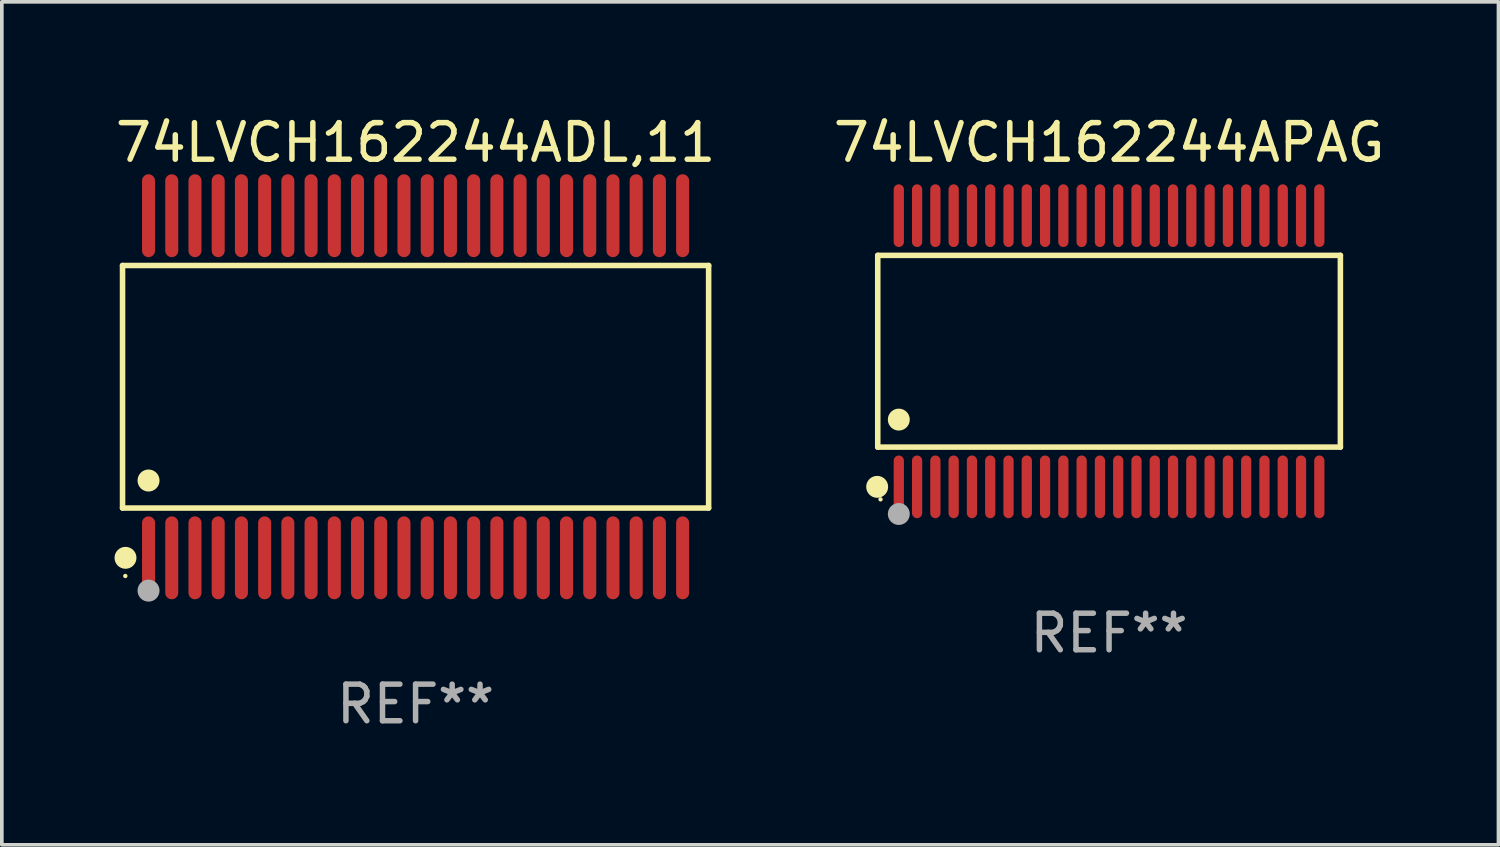
<source format=kicad_pcb>
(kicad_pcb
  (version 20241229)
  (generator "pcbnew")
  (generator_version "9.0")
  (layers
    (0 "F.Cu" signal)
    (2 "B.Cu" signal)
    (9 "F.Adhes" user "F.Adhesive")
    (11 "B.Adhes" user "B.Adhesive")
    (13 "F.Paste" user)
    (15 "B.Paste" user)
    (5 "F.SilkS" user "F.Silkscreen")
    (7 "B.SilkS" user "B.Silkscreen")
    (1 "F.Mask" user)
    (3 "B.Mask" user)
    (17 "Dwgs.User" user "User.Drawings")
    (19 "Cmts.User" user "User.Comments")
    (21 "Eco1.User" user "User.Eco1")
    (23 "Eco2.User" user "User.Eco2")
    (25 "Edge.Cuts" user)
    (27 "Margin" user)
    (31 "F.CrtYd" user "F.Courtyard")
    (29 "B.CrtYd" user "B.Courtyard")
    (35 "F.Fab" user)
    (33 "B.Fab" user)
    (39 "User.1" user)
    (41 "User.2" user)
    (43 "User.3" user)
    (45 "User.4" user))
  (footprint "74LVCH162244ADL,11"
    (layer "F.Cu")
    (at 8.315 7.527)
    (property "Reference" "74LVCH162244ADL,11" (at 0 -6.678 0) (layer "F.SilkS") (effects (font (size 1 1) (thickness 0.15))))
    (attr through_hole)
    (fp_line (start -8.014 -3.316) (end 8.014 -3.316) (stroke (width 0.152) (type solid)) (layer "F.SilkS"))
    (fp_line (start -8.014 3.316) (end -8.014 -3.316) (stroke (width 0.152) (type solid)) (layer "F.SilkS"))
    (fp_line (start 8.014 -3.316) (end 8.014 3.316) (stroke (width 0.152) (type solid)) (layer "F.SilkS"))
    (fp_line (start 8.014 3.316) (end -8.014 3.316) (stroke (width 0.152) (type solid)) (layer "F.SilkS"))
    (fp_circle (center -7.938 5.175) (end -7.908 5.175) (stroke (width 0.06) (type solid)) (fill no) (layer "F.SilkS"))
    (fp_circle (center -7.933 4.678) (end -7.783 4.678) (stroke (width 0.3) (type solid)) (fill no) (layer "F.SilkS"))
    (fp_circle (center -7.303 2.564) (end -7.152 2.564) (stroke (width 0.3) (type solid)) (fill no) (layer "F.SilkS"))
    (fp_circle (center -7.303 5.575) (end -7.152 5.575) (stroke (width 0.3) (type solid)) (fill no) (layer "F.Fab"))
    (fp_text user "REF**" (at 0 8.678 0) (layer "F.Fab") (effects (font (size 1 1) (thickness 0.15))))
    (pad "1" smd oval (at -7.303 4.678) (size 0.356 2.267) (layers "F.Cu" "F.Mask" "F.Paste"))
    (pad "2" smd oval (at -6.668 4.678) (size 0.356 2.267) (layers "F.Cu" "F.Mask" "F.Paste"))
    (pad "3" smd oval (at -6.033 4.678) (size 0.356 2.267) (layers "F.Cu" "F.Mask" "F.Paste"))
    (pad "4" smd oval (at -5.398 4.678) (size 0.356 2.267) (layers "F.Cu" "F.Mask" "F.Paste"))
    (pad "5" smd oval (at -4.763 4.678) (size 0.356 2.267) (layers "F.Cu" "F.Mask" "F.Paste"))
    (pad "6" smd oval (at -4.128 4.678) (size 0.356 2.267) (layers "F.Cu" "F.Mask" "F.Paste"))
    (pad "7" smd oval (at -3.493 4.678) (size 0.356 2.267) (layers "F.Cu" "F.Mask" "F.Paste"))
    (pad "8" smd oval (at -2.858 4.678) (size 0.356 2.267) (layers "F.Cu" "F.Mask" "F.Paste"))
    (pad "9" smd oval (at -2.223 4.678) (size 0.356 2.267) (layers "F.Cu" "F.Mask" "F.Paste"))
    (pad "10" smd oval (at -1.588 4.678) (size 0.356 2.267) (layers "F.Cu" "F.Mask" "F.Paste"))
    (pad "11" smd oval (at -0.953 4.678) (size 0.356 2.267) (layers "F.Cu" "F.Mask" "F.Paste"))
    (pad "12" smd oval (at -0.318 4.678) (size 0.356 2.267) (layers "F.Cu" "F.Mask" "F.Paste"))
    (pad "13" smd oval (at 0.318 4.678) (size 0.356 2.267) (layers "F.Cu" "F.Mask" "F.Paste"))
    (pad "14" smd oval (at 0.953 4.678) (size 0.356 2.267) (layers "F.Cu" "F.Mask" "F.Paste"))
    (pad "15" smd oval (at 1.588 4.678) (size 0.356 2.267) (layers "F.Cu" "F.Mask" "F.Paste"))
    (pad "16" smd oval (at 2.223 4.678) (size 0.356 2.267) (layers "F.Cu" "F.Mask" "F.Paste"))
    (pad "17" smd oval (at 2.858 4.678) (size 0.356 2.267) (layers "F.Cu" "F.Mask" "F.Paste"))
    (pad "18" smd oval (at 3.493 4.678) (size 0.356 2.267) (layers "F.Cu" "F.Mask" "F.Paste"))
    (pad "19" smd oval (at 4.128 4.678) (size 0.356 2.267) (layers "F.Cu" "F.Mask" "F.Paste"))
    (pad "20" smd oval (at 4.763 4.678) (size 0.356 2.267) (layers "F.Cu" "F.Mask" "F.Paste"))
    (pad "21" smd oval (at 5.398 4.678) (size 0.356 2.267) (layers "F.Cu" "F.Mask" "F.Paste"))
    (pad "22" smd oval (at 6.033 4.678) (size 0.356 2.267) (layers "F.Cu" "F.Mask" "F.Paste"))
    (pad "23" smd oval (at 6.668 4.678) (size 0.356 2.267) (layers "F.Cu" "F.Mask" "F.Paste"))
    (pad "24" smd oval (at 7.303 4.678) (size 0.356 2.267) (layers "F.Cu" "F.Mask" "F.Paste"))
    (pad "25" smd oval (at 7.303 -4.678) (size 0.356 2.267) (layers "F.Cu" "F.Mask" "F.Paste"))
    (pad "26" smd oval (at 6.668 -4.678) (size 0.356 2.267) (layers "F.Cu" "F.Mask" "F.Paste"))
    (pad "27" smd oval (at 6.033 -4.678) (size 0.356 2.267) (layers "F.Cu" "F.Mask" "F.Paste"))
    (pad "28" smd oval (at 5.398 -4.678) (size 0.356 2.267) (layers "F.Cu" "F.Mask" "F.Paste"))
    (pad "29" smd oval (at 4.763 -4.678) (size 0.356 2.267) (layers "F.Cu" "F.Mask" "F.Paste"))
    (pad "30" smd oval (at 4.128 -4.678) (size 0.356 2.267) (layers "F.Cu" "F.Mask" "F.Paste"))
    (pad "31" smd oval (at 3.493 -4.678) (size 0.356 2.267) (layers "F.Cu" "F.Mask" "F.Paste"))
    (pad "32" smd oval (at 2.858 -4.678) (size 0.356 2.267) (layers "F.Cu" "F.Mask" "F.Paste"))
    (pad "33" smd oval (at 2.223 -4.678) (size 0.356 2.267) (layers "F.Cu" "F.Mask" "F.Paste"))
    (pad "34" smd oval (at 1.588 -4.678) (size 0.356 2.267) (layers "F.Cu" "F.Mask" "F.Paste"))
    (pad "35" smd oval (at 0.953 -4.678) (size 0.356 2.267) (layers "F.Cu" "F.Mask" "F.Paste"))
    (pad "36" smd oval (at 0.318 -4.678) (size 0.356 2.267) (layers "F.Cu" "F.Mask" "F.Paste"))
    (pad "37" smd oval (at -0.318 -4.678) (size 0.356 2.267) (layers "F.Cu" "F.Mask" "F.Paste"))
    (pad "38" smd oval (at -0.953 -4.678) (size 0.356 2.267) (layers "F.Cu" "F.Mask" "F.Paste"))
    (pad "39" smd oval (at -1.588 -4.678) (size 0.356 2.267) (layers "F.Cu" "F.Mask" "F.Paste"))
    (pad "40" smd oval (at -2.223 -4.678) (size 0.356 2.267) (layers "F.Cu" "F.Mask" "F.Paste"))
    (pad "41" smd oval (at -2.858 -4.678) (size 0.356 2.267) (layers "F.Cu" "F.Mask" "F.Paste"))
    (pad "42" smd oval (at -3.493 -4.678) (size 0.356 2.267) (layers "F.Cu" "F.Mask" "F.Paste"))
    (pad "43" smd oval (at -4.128 -4.678) (size 0.356 2.267) (layers "F.Cu" "F.Mask" "F.Paste"))
    (pad "44" smd oval (at -4.763 -4.678) (size 0.356 2.267) (layers "F.Cu" "F.Mask" "F.Paste"))
    (pad "45" smd oval (at -5.398 -4.678) (size 0.356 2.267) (layers "F.Cu" "F.Mask" "F.Paste"))
    (pad "46" smd oval (at -6.033 -4.678) (size 0.356 2.267) (layers "F.Cu" "F.Mask" "F.Paste"))
    (pad "47" smd oval (at -6.668 -4.678) (size 0.356 2.267) (layers "F.Cu" "F.Mask" "F.Paste"))
    (pad "48" smd oval (at -7.303 -4.678) (size 0.356 2.267) (layers "F.Cu" "F.Mask" "F.Paste")))
  (footprint "74LVCH162244APAG"
    (layer "F.Cu")
    (at 27.28 6.556)
    (property "Reference" "74LVCH162244APAG" (at 0 -5.708 0) (layer "F.SilkS") (effects (font (size 1 1) (thickness 0.15))))
    (attr through_hole)
    (fp_line (start -6.326 -2.622) (end 6.326 -2.622) (stroke (width 0.152) (type solid)) (layer "F.SilkS"))
    (fp_line (start -6.326 2.621) (end -6.326 -2.622) (stroke (width 0.152) (type solid)) (layer "F.SilkS"))
    (fp_line (start 6.326 -2.622) (end 6.326 2.621) (stroke (width 0.152) (type solid)) (layer "F.SilkS"))
    (fp_line (start 6.326 2.621) (end -6.326 2.621) (stroke (width 0.152) (type solid)) (layer "F.SilkS"))
    (fp_circle (center -6.342 3.708) (end -6.192 3.708) (stroke (width 0.3) (type solid)) (fill no) (layer "F.SilkS"))
    (fp_circle (center -6.25 4.05) (end -6.22 4.05) (stroke (width 0.06) (type solid)) (fill no) (layer "F.SilkS"))
    (fp_circle (center -5.75 1.869) (end -5.6 1.869) (stroke (width 0.3) (type solid)) (fill no) (layer "F.SilkS"))
    (fp_circle (center -5.75 4.45) (end -5.6 4.45) (stroke (width 0.3) (type solid)) (fill no) (layer "F.Fab"))
    (fp_text user "REF**" (at 0 7.708 0) (layer "F.Fab") (effects (font (size 1 1) (thickness 0.15))))
    (pad "1" smd oval (at -5.75 3.708) (size 0.28 1.715) (layers "F.Cu" "F.Mask" "F.Paste"))
    (pad "2" smd oval (at -5.25 3.708) (size 0.28 1.715) (layers "F.Cu" "F.Mask" "F.Paste"))
    (pad "3" smd oval (at -4.75 3.708) (size 0.28 1.715) (layers "F.Cu" "F.Mask" "F.Paste"))
    (pad "4" smd oval (at -4.25 3.708) (size 0.28 1.715) (layers "F.Cu" "F.Mask" "F.Paste"))
    (pad "5" smd oval (at -3.75 3.708) (size 0.28 1.715) (layers "F.Cu" "F.Mask" "F.Paste"))
    (pad "6" smd oval (at -3.25 3.708) (size 0.28 1.715) (layers "F.Cu" "F.Mask" "F.Paste"))
    (pad "7" smd oval (at -2.75 3.708) (size 0.28 1.715) (layers "F.Cu" "F.Mask" "F.Paste"))
    (pad "8" smd oval (at -2.25 3.708) (size 0.28 1.715) (layers "F.Cu" "F.Mask" "F.Paste"))
    (pad "9" smd oval (at -1.75 3.708) (size 0.28 1.715) (layers "F.Cu" "F.Mask" "F.Paste"))
    (pad "10" smd oval (at -1.25 3.708) (size 0.28 1.715) (layers "F.Cu" "F.Mask" "F.Paste"))
    (pad "11" smd oval (at -0.75 3.708) (size 0.28 1.715) (layers "F.Cu" "F.Mask" "F.Paste"))
    (pad "12" smd oval (at -0.25 3.708) (size 0.28 1.715) (layers "F.Cu" "F.Mask" "F.Paste"))
    (pad "13" smd oval (at 0.25 3.708) (size 0.28 1.715) (layers "F.Cu" "F.Mask" "F.Paste"))
    (pad "14" smd oval (at 0.75 3.708) (size 0.28 1.715) (layers "F.Cu" "F.Mask" "F.Paste"))
    (pad "15" smd oval (at 1.25 3.708) (size 0.28 1.715) (layers "F.Cu" "F.Mask" "F.Paste"))
    (pad "16" smd oval (at 1.75 3.708) (size 0.28 1.715) (layers "F.Cu" "F.Mask" "F.Paste"))
    (pad "17" smd oval (at 2.25 3.708) (size 0.28 1.715) (layers "F.Cu" "F.Mask" "F.Paste"))
    (pad "18" smd oval (at 2.75 3.708) (size 0.28 1.715) (layers "F.Cu" "F.Mask" "F.Paste"))
    (pad "19" smd oval (at 3.25 3.708) (size 0.28 1.715) (layers "F.Cu" "F.Mask" "F.Paste"))
    (pad "20" smd oval (at 3.75 3.708) (size 0.28 1.715) (layers "F.Cu" "F.Mask" "F.Paste"))
    (pad "21" smd oval (at 4.25 3.708) (size 0.28 1.715) (layers "F.Cu" "F.Mask" "F.Paste"))
    (pad "22" smd oval (at 4.75 3.708) (size 0.28 1.715) (layers "F.Cu" "F.Mask" "F.Paste"))
    (pad "23" smd oval (at 5.25 3.708) (size 0.28 1.715) (layers "F.Cu" "F.Mask" "F.Paste"))
    (pad "24" smd oval (at 5.75 3.708) (size 0.28 1.715) (layers "F.Cu" "F.Mask" "F.Paste"))
    (pad "25" smd oval (at 5.75 -3.708) (size 0.28 1.715) (layers "F.Cu" "F.Mask" "F.Paste"))
    (pad "26" smd oval (at 5.25 -3.708) (size 0.28 1.715) (layers "F.Cu" "F.Mask" "F.Paste"))
    (pad "27" smd oval (at 4.75 -3.708) (size 0.28 1.715) (layers "F.Cu" "F.Mask" "F.Paste"))
    (pad "28" smd oval (at 4.25 -3.708) (size 0.28 1.715) (layers "F.Cu" "F.Mask" "F.Paste"))
    (pad "29" smd oval (at 3.75 -3.708) (size 0.28 1.715) (layers "F.Cu" "F.Mask" "F.Paste"))
    (pad "30" smd oval (at 3.25 -3.708) (size 0.28 1.715) (layers "F.Cu" "F.Mask" "F.Paste"))
    (pad "31" smd oval (at 2.75 -3.708) (size 0.28 1.715) (layers "F.Cu" "F.Mask" "F.Paste"))
    (pad "32" smd oval (at 2.25 -3.708) (size 0.28 1.715) (layers "F.Cu" "F.Mask" "F.Paste"))
    (pad "33" smd oval (at 1.75 -3.708) (size 0.28 1.715) (layers "F.Cu" "F.Mask" "F.Paste"))
    (pad "34" smd oval (at 1.25 -3.708) (size 0.28 1.715) (layers "F.Cu" "F.Mask" "F.Paste"))
    (pad "35" smd oval (at 0.75 -3.708) (size 0.28 1.715) (layers "F.Cu" "F.Mask" "F.Paste"))
    (pad "36" smd oval (at 0.25 -3.708) (size 0.28 1.715) (layers "F.Cu" "F.Mask" "F.Paste"))
    (pad "37" smd oval (at -0.25 -3.708) (size 0.28 1.715) (layers "F.Cu" "F.Mask" "F.Paste"))
    (pad "38" smd oval (at -0.75 -3.708) (size 0.28 1.715) (layers "F.Cu" "F.Mask" "F.Paste"))
    (pad "39" smd oval (at -1.25 -3.708) (size 0.28 1.715) (layers "F.Cu" "F.Mask" "F.Paste"))
    (pad "40" smd oval (at -1.75 -3.708) (size 0.28 1.715) (layers "F.Cu" "F.Mask" "F.Paste"))
    (pad "41" smd oval (at -2.25 -3.708) (size 0.28 1.715) (layers "F.Cu" "F.Mask" "F.Paste"))
    (pad "42" smd oval (at -2.75 -3.708) (size 0.28 1.715) (layers "F.Cu" "F.Mask" "F.Paste"))
    (pad "43" smd oval (at -3.25 -3.708) (size 0.28 1.715) (layers "F.Cu" "F.Mask" "F.Paste"))
    (pad "44" smd oval (at -3.75 -3.708) (size 0.28 1.715) (layers "F.Cu" "F.Mask" "F.Paste"))
    (pad "45" smd oval (at -4.25 -3.708) (size 0.28 1.715) (layers "F.Cu" "F.Mask" "F.Paste"))
    (pad "46" smd oval (at -4.75 -3.708) (size 0.28 1.715) (layers "F.Cu" "F.Mask" "F.Paste"))
    (pad "47" smd oval (at -5.25 -3.708) (size 0.28 1.715) (layers "F.Cu" "F.Mask" "F.Paste"))
    (pad "48" smd oval (at -5.75 -3.708) (size 0.28 1.715) (layers "F.Cu" "F.Mask" "F.Paste")))
  (gr_rect
    (start -3 -3)
    (end 37.929 20.053)
    (stroke (width 0.1) (type default))
    (fill no)
    (layer "Edge.Cuts")))
</source>
